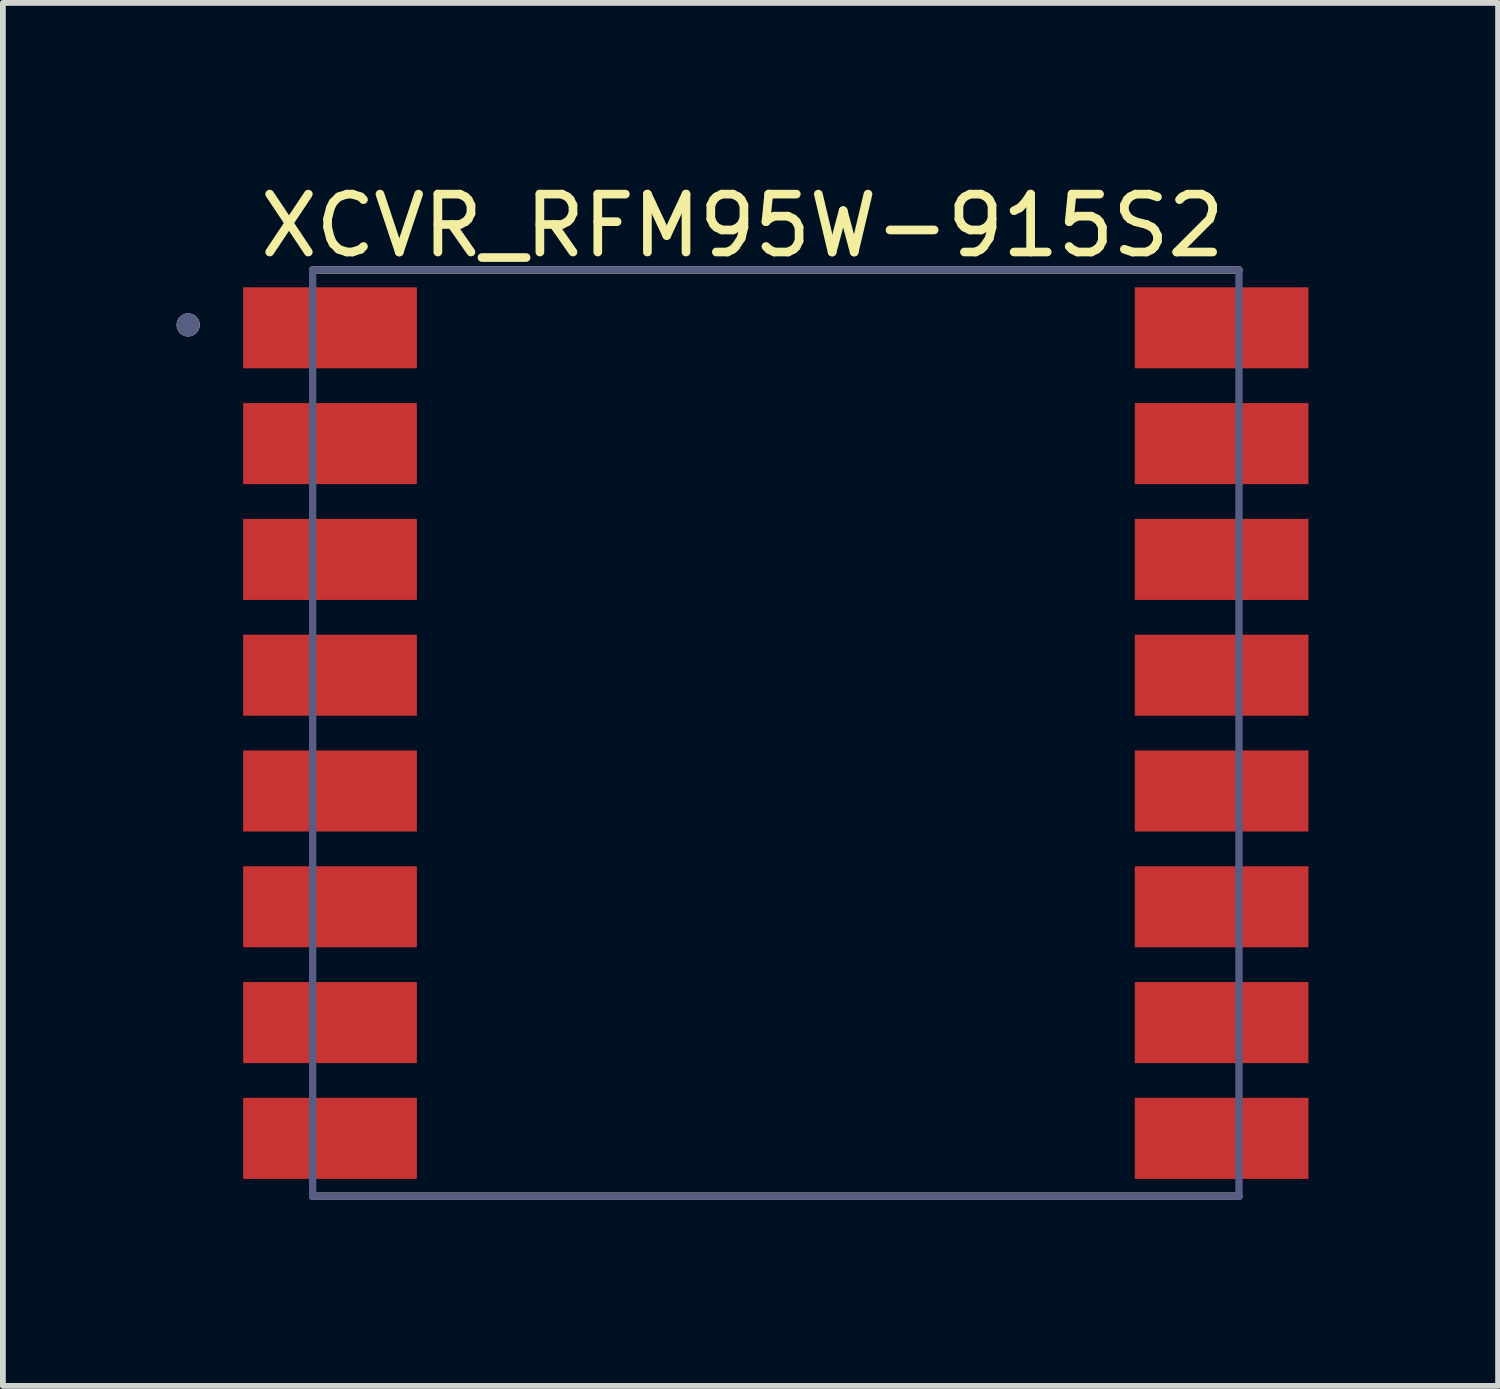
<source format=kicad_pcb>
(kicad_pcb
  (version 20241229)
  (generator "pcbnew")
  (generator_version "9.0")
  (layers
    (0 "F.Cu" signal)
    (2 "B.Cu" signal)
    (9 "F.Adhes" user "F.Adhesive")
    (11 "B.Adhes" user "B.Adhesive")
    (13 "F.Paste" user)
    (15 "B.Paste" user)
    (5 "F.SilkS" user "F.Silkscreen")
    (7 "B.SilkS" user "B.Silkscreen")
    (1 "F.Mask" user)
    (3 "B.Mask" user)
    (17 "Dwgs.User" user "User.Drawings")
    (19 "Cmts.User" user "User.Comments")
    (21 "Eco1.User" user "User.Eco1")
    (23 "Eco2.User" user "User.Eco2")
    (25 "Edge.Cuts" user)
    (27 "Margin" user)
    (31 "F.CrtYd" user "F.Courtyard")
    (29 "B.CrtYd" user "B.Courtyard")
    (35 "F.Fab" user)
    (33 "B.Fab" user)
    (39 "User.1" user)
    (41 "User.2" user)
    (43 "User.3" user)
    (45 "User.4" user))
  (footprint "XCVR_RFM95W-915S2"
    (layer "F.Cu")
    (at 10.35 9.612)
    (property "Reference" "XCVR_RFM95W-915S2" (at -0.575 -8.764 0) (layer "F.SilkS") (effects (font (size 1 1) (thickness 0.15))))
    (fp_line (start -8 -8) (end 8 -8) (stroke (width 0.127) (type solid)) (layer "F.SilkS"))
    (fp_line (start -8 8) (end 8 8) (stroke (width 0.127) (type solid)) (layer "F.SilkS"))
    (fp_circle (center -10.15 -7.05) (end -10.15 -7.15) (stroke (width 0.2) (type solid)) (fill no) (layer "F.SilkS"))
    (fp_line (start -9.45 -7.95) (end -8.25 -7.95) (stroke (width 0.05) (type solid)) (layer "Eco2.User"))
    (fp_line (start -9.45 7.95) (end -9.45 -7.95) (stroke (width 0.05) (type solid)) (layer "Eco2.User"))
    (fp_line (start -9.45 7.95) (end -8.25 7.95) (stroke (width 0.05) (type solid)) (layer "Eco2.User"))
    (fp_line (start -8.25 -8.25) (end 8.25 -8.25) (stroke (width 0.05) (type solid)) (layer "Eco2.User"))
    (fp_line (start -8.25 -7.95) (end -8.25 -8.25) (stroke (width 0.05) (type solid)) (layer "Eco2.User"))
    (fp_line (start -8.25 8.25) (end -8.25 7.95) (stroke (width 0.05) (type solid)) (layer "Eco2.User"))
    (fp_line (start -8.25 8.25) (end 8.25 8.25) (stroke (width 0.05) (type solid)) (layer "Eco2.User"))
    (fp_line (start 8.25 -7.95) (end 8.25 -8.25) (stroke (width 0.05) (type solid)) (layer "Eco2.User"))
    (fp_line (start 8.25 -7.95) (end 9.45 -7.95) (stroke (width 0.05) (type solid)) (layer "Eco2.User"))
    (fp_line (start 8.25 7.95) (end 9.45 7.95) (stroke (width 0.05) (type solid)) (layer "Eco2.User"))
    (fp_line (start 8.25 8.25) (end 8.25 7.95) (stroke (width 0.05) (type solid)) (layer "Eco2.User"))
    (fp_line (start 9.45 7.95) (end 9.45 -7.95) (stroke (width 0.05) (type solid)) (layer "Eco2.User"))
    (fp_line (start -8 -8) (end 8 -8) (stroke (width 0.127) (type solid)) (layer "B.Fab"))
    (fp_line (start -8 8) (end -8 -8) (stroke (width 0.127) (type solid)) (layer "B.Fab"))
    (fp_line (start -8 8) (end 8 8) (stroke (width 0.127) (type solid)) (layer "B.Fab"))
    (fp_line (start 8 8) (end 8 -8) (stroke (width 0.127) (type solid)) (layer "B.Fab"))
    (fp_circle (center -10.15 -7.05) (end -10.15 -7.15) (stroke (width 0.2) (type solid)) (fill no) (layer "B.Fab"))
    (pad "1" smd rect (at -7.7 -7) (size 3 1.4) (layers "F.Cu" "F.Mask" "F.Paste"))
    (pad "2" smd rect (at -7.7 -5) (size 3 1.4) (layers "F.Cu" "F.Mask" "F.Paste"))
    (pad "3" smd rect (at -7.7 -3) (size 3 1.4) (layers "F.Cu" "F.Mask" "F.Paste"))
    (pad "4" smd rect (at -7.7 -1) (size 3 1.4) (layers "F.Cu" "F.Mask" "F.Paste"))
    (pad "5" smd rect (at -7.7 1) (size 3 1.4) (layers "F.Cu" "F.Mask" "F.Paste"))
    (pad "6" smd rect (at -7.7 3) (size 3 1.4) (layers "F.Cu" "F.Mask" "F.Paste"))
    (pad "7" smd rect (at -7.7 5) (size 3 1.4) (layers "F.Cu" "F.Mask" "F.Paste"))
    (pad "8" smd rect (at -7.7 7) (size 3 1.4) (layers "F.Cu" "F.Mask" "F.Paste"))
    (pad "9" smd rect (at 7.7 7) (size 3 1.4) (layers "F.Cu" "F.Mask" "F.Paste"))
    (pad "10" smd rect (at 7.7 5) (size 3 1.4) (layers "F.Cu" "F.Mask" "F.Paste"))
    (pad "11" smd rect (at 7.7 3) (size 3 1.4) (layers "F.Cu" "F.Mask" "F.Paste"))
    (pad "12" smd rect (at 7.7 1) (size 3 1.4) (layers "F.Cu" "F.Mask" "F.Paste"))
    (pad "13" smd rect (at 7.7 -1) (size 3 1.4) (layers "F.Cu" "F.Mask" "F.Paste"))
    (pad "14" smd rect (at 7.7 -3) (size 3 1.4) (layers "F.Cu" "F.Mask" "F.Paste"))
    (pad "15" smd rect (at 7.7 -5) (size 3 1.4) (layers "F.Cu" "F.Mask" "F.Paste"))
    (pad "16" smd rect (at 7.7 -7) (size 3 1.4) (layers "F.Cu" "F.Mask" "F.Paste")))
  (gr_rect
    (start -3 -3)
    (end 22.825 20.887)
    (stroke (width 0.1) (type default))
    (fill no)
    (layer "Edge.Cuts")))
</source>
